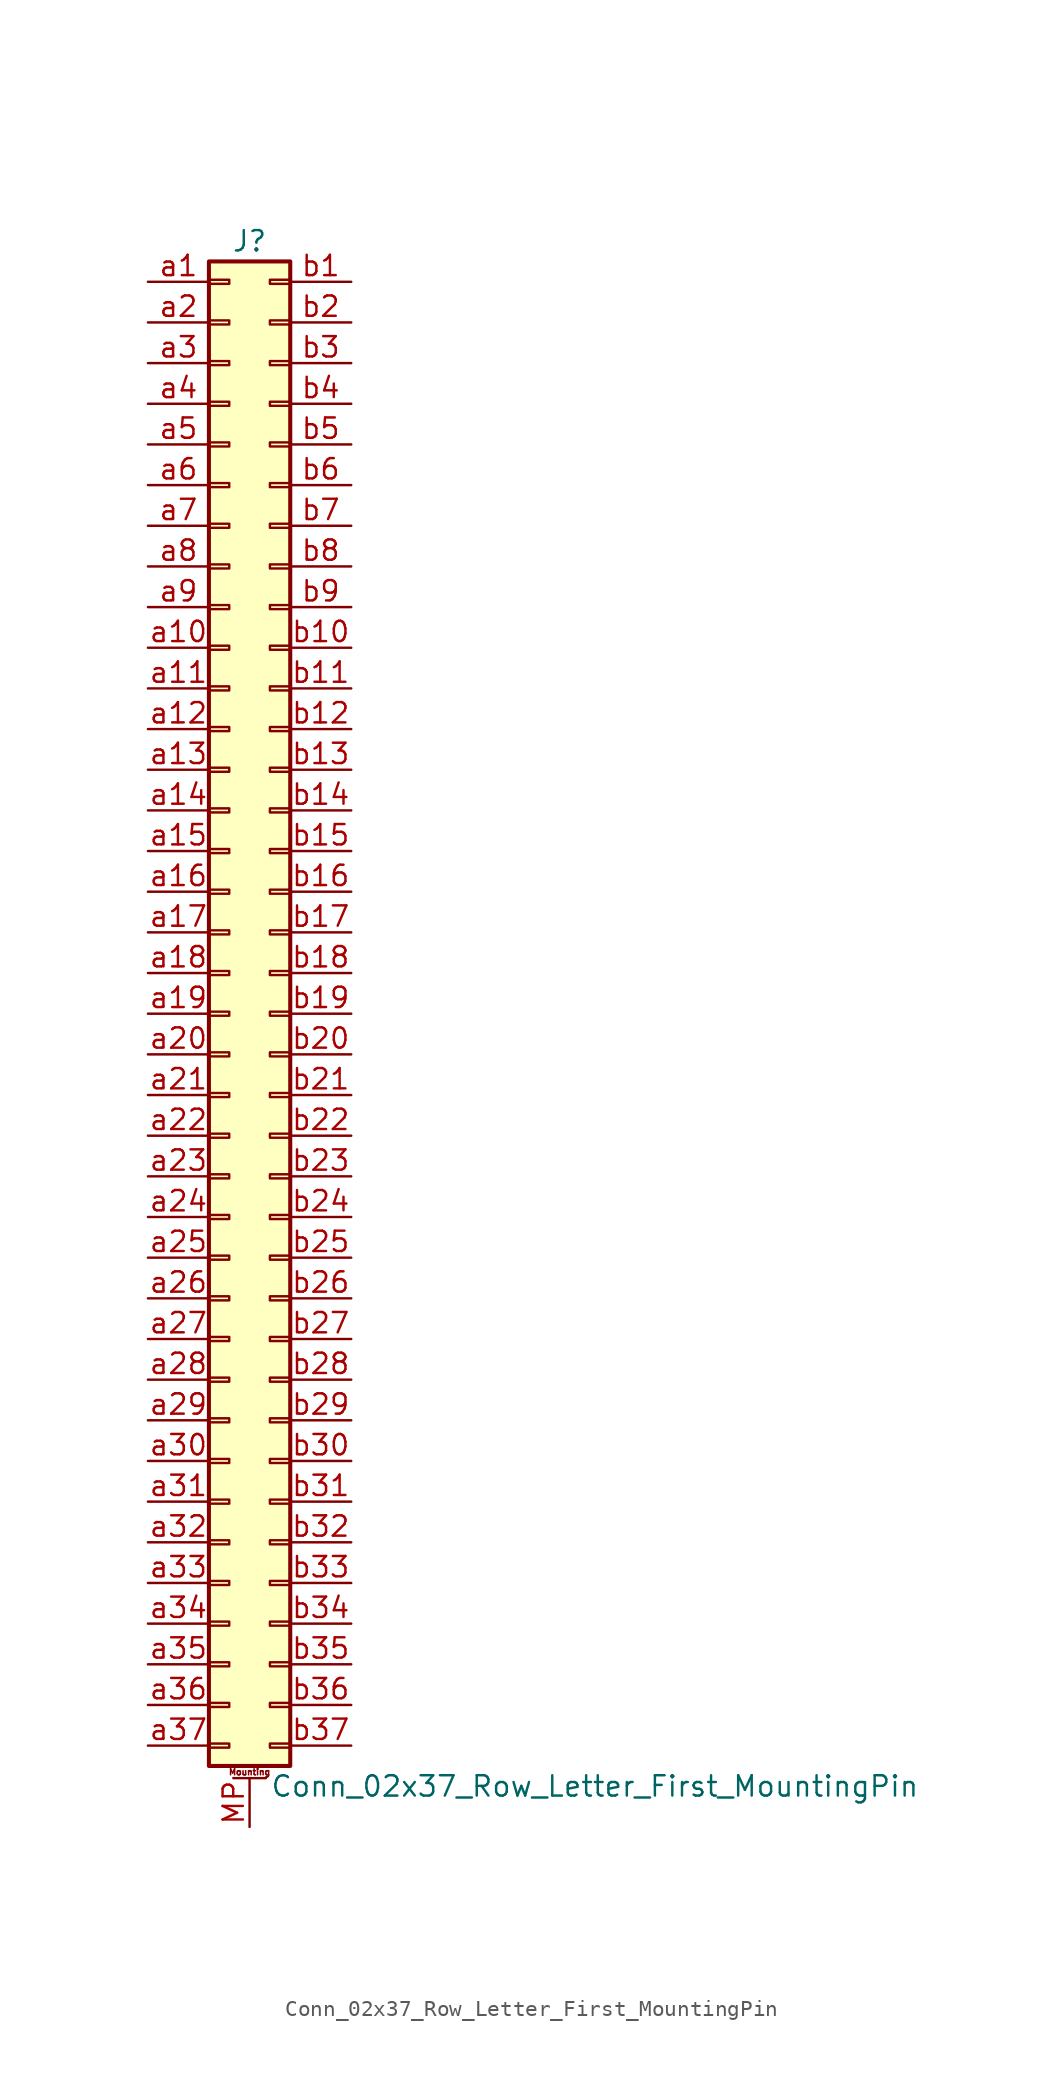
<source format=kicad_sym>
(kicad_symbol_lib
  (version 20201005)
  (generator kicad_symbol_editor)
  (symbol "Conn_02x37_Row_Letter_First_MountingPin"
    (pin_names
      (offset 1.016) hide)
    (property "Reference" "J"
      (at 1.27 48.26 0)
      (effects (font (size 1.27 1.27))))
    (property "Value" "Conn_02x37_Row_Letter_First_MountingPin"
      (at 2.54 -48.26 0)
      (effects (font (size 1.27 1.27)) (justify left)))
    (symbol "Conn_02x37_Row_Letter_First_MountingPin_1_1"
      (text "Mounting" (at 1.27 -47.371 0) (effects (font (size 0.381 0.381))))
      (rectangle (start -1.27 -45.593) (end 0 -45.847) (stroke (width 0.152)) (fill (type none)))
      (rectangle (start -1.27 -43.053) (end 0 -43.307) (stroke (width 0.152)) (fill (type none)))
      (rectangle (start -1.27 -40.513) (end 0 -40.767) (stroke (width 0.152)) (fill (type none)))
      (rectangle (start -1.27 -37.973) (end 0 -38.227) (stroke (width 0.152)) (fill (type none)))
      (rectangle (start -1.27 -35.433) (end 0 -35.687) (stroke (width 0.152)) (fill (type none)))
      (rectangle (start -1.27 -32.893) (end 0 -33.147) (stroke (width 0.152)) (fill (type none)))
      (rectangle (start -1.27 -30.353) (end 0 -30.607) (stroke (width 0.152)) (fill (type none)))
      (rectangle (start -1.27 -27.813) (end 0 -28.067) (stroke (width 0.152)) (fill (type none)))
      (rectangle (start -1.27 -25.273) (end 0 -25.527) (stroke (width 0.152)) (fill (type none)))
      (rectangle (start -1.27 -22.733) (end 0 -22.987) (stroke (width 0.152)) (fill (type none)))
      (rectangle (start -1.27 -20.193) (end 0 -20.447) (stroke (width 0.152)) (fill (type none)))
      (rectangle (start -1.27 -17.653) (end 0 -17.907) (stroke (width 0.152)) (fill (type none)))
      (rectangle (start -1.27 -15.113) (end 0 -15.367) (stroke (width 0.152)) (fill (type none)))
      (rectangle (start -1.27 -12.573) (end 0 -12.827) (stroke (width 0.152)) (fill (type none)))
      (rectangle (start -1.27 -10.033) (end 0 -10.287) (stroke (width 0.152)) (fill (type none)))
      (rectangle (start -1.27 -7.493) (end 0 -7.747) (stroke (width 0.152)) (fill (type none)))
      (rectangle (start -1.27 -4.953) (end 0 -5.207) (stroke (width 0.152)) (fill (type none)))
      (rectangle (start -1.27 -2.413) (end 0 -2.667) (stroke (width 0.152)) (fill (type none)))
      (rectangle (start -1.27 0.127) (end 0 -0.127) (stroke (width 0.152)) (fill (type none)))
      (rectangle (start -1.27 2.667) (end 0 2.413) (stroke (width 0.152)) (fill (type none)))
      (rectangle (start -1.27 5.207) (end 0 4.953) (stroke (width 0.152)) (fill (type none)))
      (rectangle (start -1.27 7.747) (end 0 7.493) (stroke (width 0.152)) (fill (type none)))
      (rectangle (start -1.27 10.287) (end 0 10.033) (stroke (width 0.152)) (fill (type none)))
      (rectangle (start -1.27 12.827) (end 0 12.573) (stroke (width 0.152)) (fill (type none)))
      (rectangle (start -1.27 15.367) (end 0 15.113) (stroke (width 0.152)) (fill (type none)))
      (rectangle (start -1.27 17.907) (end 0 17.653) (stroke (width 0.152)) (fill (type none)))
      (rectangle (start -1.27 20.447) (end 0 20.193) (stroke (width 0.152)) (fill (type none)))
      (rectangle (start -1.27 22.987) (end 0 22.733) (stroke (width 0.152)) (fill (type none)))
      (rectangle (start -1.27 25.527) (end 0 25.273) (stroke (width 0.152)) (fill (type none)))
      (rectangle (start -1.27 28.067) (end 0 27.813) (stroke (width 0.152)) (fill (type none)))
      (rectangle (start -1.27 30.607) (end 0 30.353) (stroke (width 0.152)) (fill (type none)))
      (rectangle (start -1.27 33.147) (end 0 32.893) (stroke (width 0.152)) (fill (type none)))
      (rectangle (start -1.27 35.687) (end 0 35.433) (stroke (width 0.152)) (fill (type none)))
      (rectangle (start -1.27 38.227) (end 0 37.973) (stroke (width 0.152)) (fill (type none)))
      (rectangle (start -1.27 40.767) (end 0 40.513) (stroke (width 0.152)) (fill (type none)))
      (rectangle (start -1.27 43.307) (end 0 43.053) (stroke (width 0.152)) (fill (type none)))
      (rectangle (start -1.27 45.847) (end 0 45.593) (stroke (width 0.152)) (fill (type none)))
      (rectangle (start -1.27 46.99) (end 3.81 -46.99) (stroke (width 0.254)) (fill (type background)))
      (rectangle (start 3.81 -45.593) (end 2.54 -45.847) (stroke (width 0.152)) (fill (type none)))
      (rectangle (start 3.81 -43.053) (end 2.54 -43.307) (stroke (width 0.152)) (fill (type none)))
      (rectangle (start 3.81 -40.513) (end 2.54 -40.767) (stroke (width 0.152)) (fill (type none)))
      (rectangle (start 3.81 -37.973) (end 2.54 -38.227) (stroke (width 0.152)) (fill (type none)))
      (rectangle (start 3.81 -35.433) (end 2.54 -35.687) (stroke (width 0.152)) (fill (type none)))
      (rectangle (start 3.81 -32.893) (end 2.54 -33.147) (stroke (width 0.152)) (fill (type none)))
      (rectangle (start 3.81 -30.353) (end 2.54 -30.607) (stroke (width 0.152)) (fill (type none)))
      (rectangle (start 3.81 -27.813) (end 2.54 -28.067) (stroke (width 0.152)) (fill (type none)))
      (rectangle (start 3.81 -25.273) (end 2.54 -25.527) (stroke (width 0.152)) (fill (type none)))
      (rectangle (start 3.81 -22.733) (end 2.54 -22.987) (stroke (width 0.152)) (fill (type none)))
      (rectangle (start 3.81 -20.193) (end 2.54 -20.447) (stroke (width 0.152)) (fill (type none)))
      (rectangle (start 3.81 -17.653) (end 2.54 -17.907) (stroke (width 0.152)) (fill (type none)))
      (rectangle (start 3.81 -15.113) (end 2.54 -15.367) (stroke (width 0.152)) (fill (type none)))
      (rectangle (start 3.81 -12.573) (end 2.54 -12.827) (stroke (width 0.152)) (fill (type none)))
      (rectangle (start 3.81 -10.033) (end 2.54 -10.287) (stroke (width 0.152)) (fill (type none)))
      (rectangle (start 3.81 -7.493) (end 2.54 -7.747) (stroke (width 0.152)) (fill (type none)))
      (rectangle (start 3.81 -4.953) (end 2.54 -5.207) (stroke (width 0.152)) (fill (type none)))
      (rectangle (start 3.81 -2.413) (end 2.54 -2.667) (stroke (width 0.152)) (fill (type none)))
      (rectangle (start 3.81 0.127) (end 2.54 -0.127) (stroke (width 0.152)) (fill (type none)))
      (rectangle (start 3.81 2.667) (end 2.54 2.413) (stroke (width 0.152)) (fill (type none)))
      (rectangle (start 3.81 5.207) (end 2.54 4.953) (stroke (width 0.152)) (fill (type none)))
      (rectangle (start 3.81 7.747) (end 2.54 7.493) (stroke (width 0.152)) (fill (type none)))
      (rectangle (start 3.81 10.287) (end 2.54 10.033) (stroke (width 0.152)) (fill (type none)))
      (rectangle (start 3.81 12.827) (end 2.54 12.573) (stroke (width 0.152)) (fill (type none)))
      (rectangle (start 3.81 15.367) (end 2.54 15.113) (stroke (width 0.152)) (fill (type none)))
      (rectangle (start 3.81 17.907) (end 2.54 17.653) (stroke (width 0.152)) (fill (type none)))
      (rectangle (start 3.81 20.447) (end 2.54 20.193) (stroke (width 0.152)) (fill (type none)))
      (rectangle (start 3.81 22.987) (end 2.54 22.733) (stroke (width 0.152)) (fill (type none)))
      (rectangle (start 3.81 25.527) (end 2.54 25.273) (stroke (width 0.152)) (fill (type none)))
      (rectangle (start 3.81 28.067) (end 2.54 27.813) (stroke (width 0.152)) (fill (type none)))
      (rectangle (start 3.81 30.607) (end 2.54 30.353) (stroke (width 0.152)) (fill (type none)))
      (rectangle (start 3.81 33.147) (end 2.54 32.893) (stroke (width 0.152)) (fill (type none)))
      (rectangle (start 3.81 35.687) (end 2.54 35.433) (stroke (width 0.152)) (fill (type none)))
      (rectangle (start 3.81 38.227) (end 2.54 37.973) (stroke (width 0.152)) (fill (type none)))
      (rectangle (start 3.81 40.767) (end 2.54 40.513) (stroke (width 0.152)) (fill (type none)))
      (rectangle (start 3.81 43.307) (end 2.54 43.053) (stroke (width 0.152)) (fill (type none)))
      (rectangle (start 3.81 45.847) (end 2.54 45.593) (stroke (width 0.152)) (fill (type none)))
      (polyline (pts (xy 0.254 -47.752) (xy 2.286 -47.752)) (stroke (width 0.152)) (fill (type none)))
      (pin passive line (at 1.27 -50.8 90) (length 3.048) (name "MountPin" (effects (font (size 1.27 1.27)))) (number "MP" (effects (font (size 1.27 1.27)))))
      (pin passive line (at -5.08 45.72 0) (length 3.81) (name "Pin_a1" (effects (font (size 1.27 1.27)))) (number "a1" (effects (font (size 1.27 1.27)))))
      (pin passive line (at -5.08 22.86 0) (length 3.81) (name "Pin_a10" (effects (font (size 1.27 1.27)))) (number "a10" (effects (font (size 1.27 1.27)))))
      (pin passive line (at -5.08 20.32 0) (length 3.81) (name "Pin_a11" (effects (font (size 1.27 1.27)))) (number "a11" (effects (font (size 1.27 1.27)))))
      (pin passive line (at -5.08 17.78 0) (length 3.81) (name "Pin_a12" (effects (font (size 1.27 1.27)))) (number "a12" (effects (font (size 1.27 1.27)))))
      (pin passive line (at -5.08 15.24 0) (length 3.81) (name "Pin_a13" (effects (font (size 1.27 1.27)))) (number "a13" (effects (font (size 1.27 1.27)))))
      (pin passive line (at -5.08 12.7 0) (length 3.81) (name "Pin_a14" (effects (font (size 1.27 1.27)))) (number "a14" (effects (font (size 1.27 1.27)))))
      (pin passive line (at -5.08 10.16 0) (length 3.81) (name "Pin_a15" (effects (font (size 1.27 1.27)))) (number "a15" (effects (font (size 1.27 1.27)))))
      (pin passive line (at -5.08 7.62 0) (length 3.81) (name "Pin_a16" (effects (font (size 1.27 1.27)))) (number "a16" (effects (font (size 1.27 1.27)))))
      (pin passive line (at -5.08 5.08 0) (length 3.81) (name "Pin_a17" (effects (font (size 1.27 1.27)))) (number "a17" (effects (font (size 1.27 1.27)))))
      (pin passive line (at -5.08 2.54 0) (length 3.81) (name "Pin_a18" (effects (font (size 1.27 1.27)))) (number "a18" (effects (font (size 1.27 1.27)))))
      (pin passive line (at -5.08 0 0) (length 3.81) (name "Pin_a19" (effects (font (size 1.27 1.27)))) (number "a19" (effects (font (size 1.27 1.27)))))
      (pin passive line (at -5.08 43.18 0) (length 3.81) (name "Pin_a2" (effects (font (size 1.27 1.27)))) (number "a2" (effects (font (size 1.27 1.27)))))
      (pin passive line (at -5.08 -2.54 0) (length 3.81) (name "Pin_a20" (effects (font (size 1.27 1.27)))) (number "a20" (effects (font (size 1.27 1.27)))))
      (pin passive line (at -5.08 -5.08 0) (length 3.81) (name "Pin_a21" (effects (font (size 1.27 1.27)))) (number "a21" (effects (font (size 1.27 1.27)))))
      (pin passive line (at -5.08 -7.62 0) (length 3.81) (name "Pin_a22" (effects (font (size 1.27 1.27)))) (number "a22" (effects (font (size 1.27 1.27)))))
      (pin passive line (at -5.08 -10.16 0) (length 3.81) (name "Pin_a23" (effects (font (size 1.27 1.27)))) (number "a23" (effects (font (size 1.27 1.27)))))
      (pin passive line (at -5.08 -12.7 0) (length 3.81) (name "Pin_a24" (effects (font (size 1.27 1.27)))) (number "a24" (effects (font (size 1.27 1.27)))))
      (pin passive line (at -5.08 -15.24 0) (length 3.81) (name "Pin_a25" (effects (font (size 1.27 1.27)))) (number "a25" (effects (font (size 1.27 1.27)))))
      (pin passive line (at -5.08 -17.78 0) (length 3.81) (name "Pin_a26" (effects (font (size 1.27 1.27)))) (number "a26" (effects (font (size 1.27 1.27)))))
      (pin passive line (at -5.08 -20.32 0) (length 3.81) (name "Pin_a27" (effects (font (size 1.27 1.27)))) (number "a27" (effects (font (size 1.27 1.27)))))
      (pin passive line (at -5.08 -22.86 0) (length 3.81) (name "Pin_a28" (effects (font (size 1.27 1.27)))) (number "a28" (effects (font (size 1.27 1.27)))))
      (pin passive line (at -5.08 -25.4 0) (length 3.81) (name "Pin_a29" (effects (font (size 1.27 1.27)))) (number "a29" (effects (font (size 1.27 1.27)))))
      (pin passive line (at -5.08 40.64 0) (length 3.81) (name "Pin_a3" (effects (font (size 1.27 1.27)))) (number "a3" (effects (font (size 1.27 1.27)))))
      (pin passive line (at -5.08 -27.94 0) (length 3.81) (name "Pin_a30" (effects (font (size 1.27 1.27)))) (number "a30" (effects (font (size 1.27 1.27)))))
      (pin passive line (at -5.08 -30.48 0) (length 3.81) (name "Pin_a31" (effects (font (size 1.27 1.27)))) (number "a31" (effects (font (size 1.27 1.27)))))
      (pin passive line (at -5.08 -33.02 0) (length 3.81) (name "Pin_a32" (effects (font (size 1.27 1.27)))) (number "a32" (effects (font (size 1.27 1.27)))))
      (pin passive line (at -5.08 -35.56 0) (length 3.81) (name "Pin_a33" (effects (font (size 1.27 1.27)))) (number "a33" (effects (font (size 1.27 1.27)))))
      (pin passive line (at -5.08 -38.1 0) (length 3.81) (name "Pin_a34" (effects (font (size 1.27 1.27)))) (number "a34" (effects (font (size 1.27 1.27)))))
      (pin passive line (at -5.08 -40.64 0) (length 3.81) (name "Pin_a35" (effects (font (size 1.27 1.27)))) (number "a35" (effects (font (size 1.27 1.27)))))
      (pin passive line (at -5.08 -43.18 0) (length 3.81) (name "Pin_a36" (effects (font (size 1.27 1.27)))) (number "a36" (effects (font (size 1.27 1.27)))))
      (pin passive line (at -5.08 -45.72 0) (length 3.81) (name "Pin_a37" (effects (font (size 1.27 1.27)))) (number "a37" (effects (font (size 1.27 1.27)))))
      (pin passive line (at -5.08 38.1 0) (length 3.81) (name "Pin_a4" (effects (font (size 1.27 1.27)))) (number "a4" (effects (font (size 1.27 1.27)))))
      (pin passive line (at -5.08 35.56 0) (length 3.81) (name "Pin_a5" (effects (font (size 1.27 1.27)))) (number "a5" (effects (font (size 1.27 1.27)))))
      (pin passive line (at -5.08 33.02 0) (length 3.81) (name "Pin_a6" (effects (font (size 1.27 1.27)))) (number "a6" (effects (font (size 1.27 1.27)))))
      (pin passive line (at -5.08 30.48 0) (length 3.81) (name "Pin_a7" (effects (font (size 1.27 1.27)))) (number "a7" (effects (font (size 1.27 1.27)))))
      (pin passive line (at -5.08 27.94 0) (length 3.81) (name "Pin_a8" (effects (font (size 1.27 1.27)))) (number "a8" (effects (font (size 1.27 1.27)))))
      (pin passive line (at -5.08 25.4 0) (length 3.81) (name "Pin_a9" (effects (font (size 1.27 1.27)))) (number "a9" (effects (font (size 1.27 1.27)))))
      (pin passive line (at 7.62 45.72 180) (length 3.81) (name "Pin_b1" (effects (font (size 1.27 1.27)))) (number "b1" (effects (font (size 1.27 1.27)))))
      (pin passive line (at 7.62 22.86 180) (length 3.81) (name "Pin_b10" (effects (font (size 1.27 1.27)))) (number "b10" (effects (font (size 1.27 1.27)))))
      (pin passive line (at 7.62 20.32 180) (length 3.81) (name "Pin_b11" (effects (font (size 1.27 1.27)))) (number "b11" (effects (font (size 1.27 1.27)))))
      (pin passive line (at 7.62 17.78 180) (length 3.81) (name "Pin_b12" (effects (font (size 1.27 1.27)))) (number "b12" (effects (font (size 1.27 1.27)))))
      (pin passive line (at 7.62 15.24 180) (length 3.81) (name "Pin_b13" (effects (font (size 1.27 1.27)))) (number "b13" (effects (font (size 1.27 1.27)))))
      (pin passive line (at 7.62 12.7 180) (length 3.81) (name "Pin_b14" (effects (font (size 1.27 1.27)))) (number "b14" (effects (font (size 1.27 1.27)))))
      (pin passive line (at 7.62 10.16 180) (length 3.81) (name "Pin_b15" (effects (font (size 1.27 1.27)))) (number "b15" (effects (font (size 1.27 1.27)))))
      (pin passive line (at 7.62 7.62 180) (length 3.81) (name "Pin_b16" (effects (font (size 1.27 1.27)))) (number "b16" (effects (font (size 1.27 1.27)))))
      (pin passive line (at 7.62 5.08 180) (length 3.81) (name "Pin_b17" (effects (font (size 1.27 1.27)))) (number "b17" (effects (font (size 1.27 1.27)))))
      (pin passive line (at 7.62 2.54 180) (length 3.81) (name "Pin_b18" (effects (font (size 1.27 1.27)))) (number "b18" (effects (font (size 1.27 1.27)))))
      (pin passive line (at 7.62 0 180) (length 3.81) (name "Pin_b19" (effects (font (size 1.27 1.27)))) (number "b19" (effects (font (size 1.27 1.27)))))
      (pin passive line (at 7.62 43.18 180) (length 3.81) (name "Pin_b2" (effects (font (size 1.27 1.27)))) (number "b2" (effects (font (size 1.27 1.27)))))
      (pin passive line (at 7.62 -2.54 180) (length 3.81) (name "Pin_b20" (effects (font (size 1.27 1.27)))) (number "b20" (effects (font (size 1.27 1.27)))))
      (pin passive line (at 7.62 -5.08 180) (length 3.81) (name "Pin_b21" (effects (font (size 1.27 1.27)))) (number "b21" (effects (font (size 1.27 1.27)))))
      (pin passive line (at 7.62 -7.62 180) (length 3.81) (name "Pin_b22" (effects (font (size 1.27 1.27)))) (number "b22" (effects (font (size 1.27 1.27)))))
      (pin passive line (at 7.62 -10.16 180) (length 3.81) (name "Pin_b23" (effects (font (size 1.27 1.27)))) (number "b23" (effects (font (size 1.27 1.27)))))
      (pin passive line (at 7.62 -12.7 180) (length 3.81) (name "Pin_b24" (effects (font (size 1.27 1.27)))) (number "b24" (effects (font (size 1.27 1.27)))))
      (pin passive line (at 7.62 -15.24 180) (length 3.81) (name "Pin_b25" (effects (font (size 1.27 1.27)))) (number "b25" (effects (font (size 1.27 1.27)))))
      (pin passive line (at 7.62 -17.78 180) (length 3.81) (name "Pin_b26" (effects (font (size 1.27 1.27)))) (number "b26" (effects (font (size 1.27 1.27)))))
      (pin passive line (at 7.62 -20.32 180) (length 3.81) (name "Pin_b27" (effects (font (size 1.27 1.27)))) (number "b27" (effects (font (size 1.27 1.27)))))
      (pin passive line (at 7.62 -22.86 180) (length 3.81) (name "Pin_b28" (effects (font (size 1.27 1.27)))) (number "b28" (effects (font (size 1.27 1.27)))))
      (pin passive line (at 7.62 -25.4 180) (length 3.81) (name "Pin_b29" (effects (font (size 1.27 1.27)))) (number "b29" (effects (font (size 1.27 1.27)))))
      (pin passive line (at 7.62 40.64 180) (length 3.81) (name "Pin_b3" (effects (font (size 1.27 1.27)))) (number "b3" (effects (font (size 1.27 1.27)))))
      (pin passive line (at 7.62 -27.94 180) (length 3.81) (name "Pin_b30" (effects (font (size 1.27 1.27)))) (number "b30" (effects (font (size 1.27 1.27)))))
      (pin passive line (at 7.62 -30.48 180) (length 3.81) (name "Pin_b31" (effects (font (size 1.27 1.27)))) (number "b31" (effects (font (size 1.27 1.27)))))
      (pin passive line (at 7.62 -33.02 180) (length 3.81) (name "Pin_b32" (effects (font (size 1.27 1.27)))) (number "b32" (effects (font (size 1.27 1.27)))))
      (pin passive line (at 7.62 -35.56 180) (length 3.81) (name "Pin_b33" (effects (font (size 1.27 1.27)))) (number "b33" (effects (font (size 1.27 1.27)))))
      (pin passive line (at 7.62 -38.1 180) (length 3.81) (name "Pin_b34" (effects (font (size 1.27 1.27)))) (number "b34" (effects (font (size 1.27 1.27)))))
      (pin passive line (at 7.62 -40.64 180) (length 3.81) (name "Pin_b35" (effects (font (size 1.27 1.27)))) (number "b35" (effects (font (size 1.27 1.27)))))
      (pin passive line (at 7.62 -43.18 180) (length 3.81) (name "Pin_b36" (effects (font (size 1.27 1.27)))) (number "b36" (effects (font (size 1.27 1.27)))))
      (pin passive line (at 7.62 -45.72 180) (length 3.81) (name "Pin_b37" (effects (font (size 1.27 1.27)))) (number "b37" (effects (font (size 1.27 1.27)))))
      (pin passive line (at 7.62 38.1 180) (length 3.81) (name "Pin_b4" (effects (font (size 1.27 1.27)))) (number "b4" (effects (font (size 1.27 1.27)))))
      (pin passive line (at 7.62 35.56 180) (length 3.81) (name "Pin_b5" (effects (font (size 1.27 1.27)))) (number "b5" (effects (font (size 1.27 1.27)))))
      (pin passive line (at 7.62 33.02 180) (length 3.81) (name "Pin_b6" (effects (font (size 1.27 1.27)))) (number "b6" (effects (font (size 1.27 1.27)))))
      (pin passive line (at 7.62 30.48 180) (length 3.81) (name "Pin_b7" (effects (font (size 1.27 1.27)))) (number "b7" (effects (font (size 1.27 1.27)))))
      (pin passive line (at 7.62 27.94 180) (length 3.81) (name "Pin_b8" (effects (font (size 1.27 1.27)))) (number "b8" (effects (font (size 1.27 1.27)))))
      (pin passive line (at 7.62 25.4 180) (length 3.81) (name "Pin_b9" (effects (font (size 1.27 1.27)))) (number "b9" (effects (font (size 1.27 1.27))))))))
</source>
